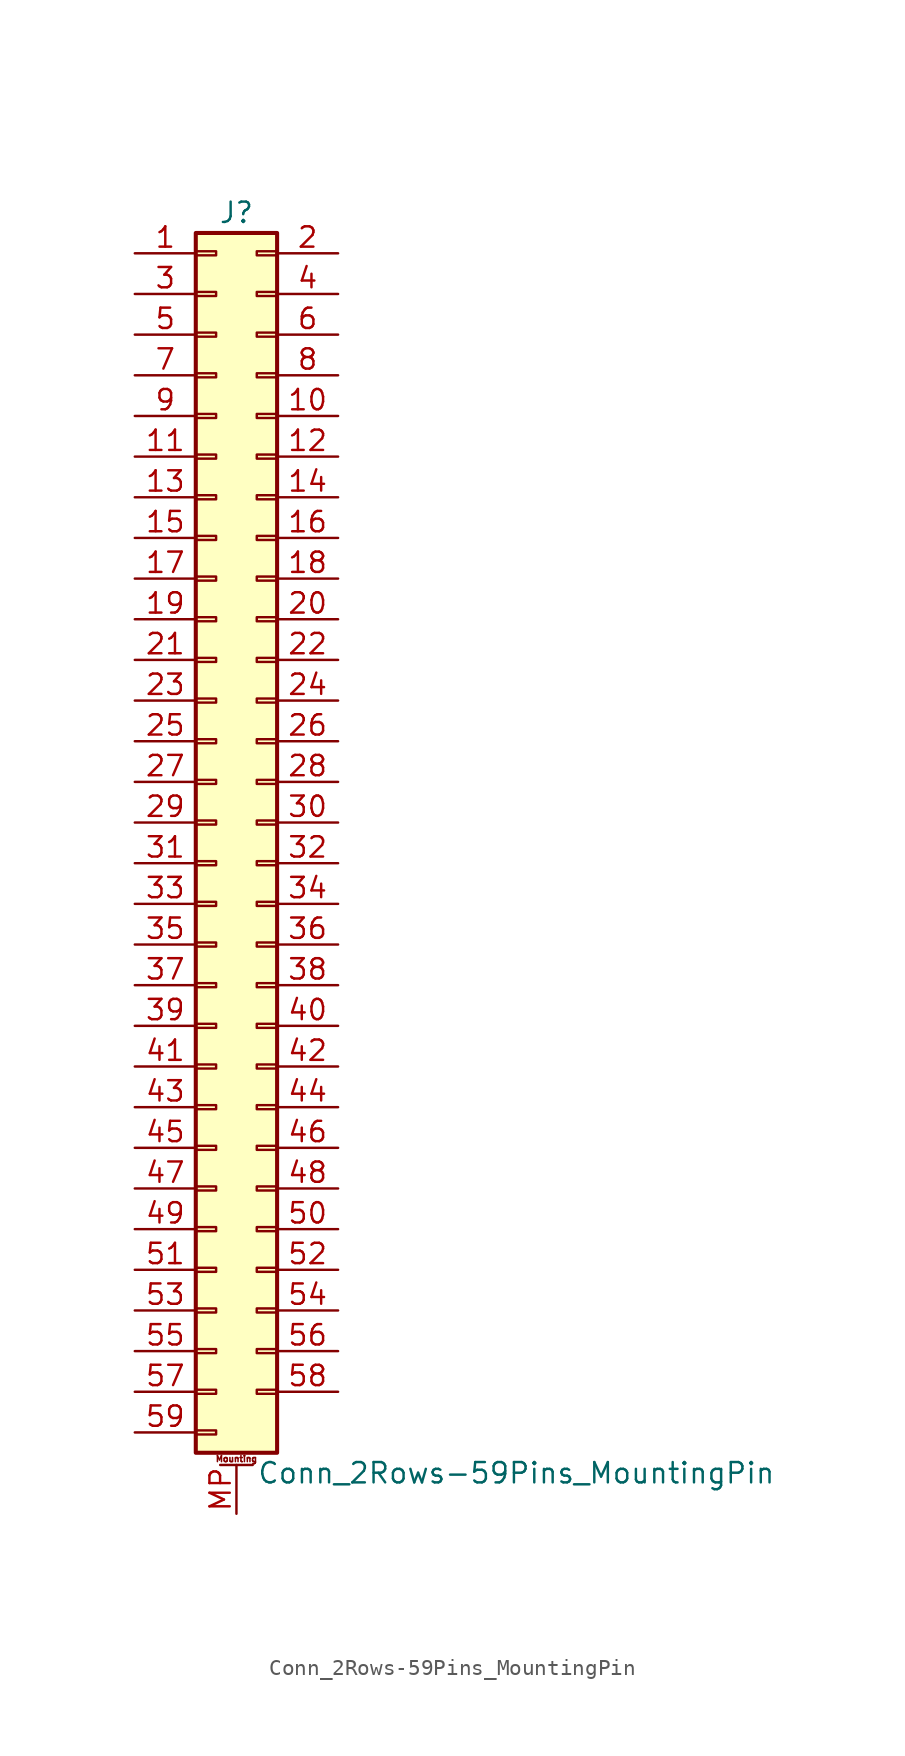
<source format=kicad_sym>
(kicad_symbol_lib
  (version 20201005)
  (generator kicad_symbol_editor)
  (symbol "Connector_Generic_MountingPin:Conn_2Rows-59Pins_MountingPin"
    (pin_names
      (offset 1.016) hide)
    (property "Reference" "J"
      (at 1.27 38.1 0)
      (effects (font (size 1.27 1.27))))
    (property "Value" "Conn_2Rows-59Pins_MountingPin"
      (at 2.54 -40.64 0)
      (effects (font (size 1.27 1.27)) (justify left)))
    (symbol "Conn_2Rows-59Pins_MountingPin_1_1"
      (text "Mounting" (at 1.27 -39.751 0) (effects (font (size 0.381 0.381))))
      (rectangle (start -1.27 -27.813) (end 0 -28.067) (stroke (width 0.152)) (fill (type none)))
      (rectangle (start -1.27 -30.353) (end 0 -30.607) (stroke (width 0.152)) (fill (type none)))
      (rectangle (start -1.27 -32.893) (end 0 -33.147) (stroke (width 0.152)) (fill (type none)))
      (rectangle (start -1.27 -35.433) (end 0 -35.687) (stroke (width 0.152)) (fill (type none)))
      (rectangle (start -1.27 -37.973) (end 0 -38.227) (stroke (width 0.152)) (fill (type none)))
      (rectangle (start -1.27 -4.953) (end 0 -5.207) (stroke (width 0.152)) (fill (type none)))
      (rectangle (start -1.27 -7.493) (end 0 -7.747) (stroke (width 0.152)) (fill (type none)))
      (rectangle (start -1.27 -10.033) (end 0 -10.287) (stroke (width 0.152)) (fill (type none)))
      (rectangle (start -1.27 -12.573) (end 0 -12.827) (stroke (width 0.152)) (fill (type none)))
      (rectangle (start -1.27 -15.113) (end 0 -15.367) (stroke (width 0.152)) (fill (type none)))
      (rectangle (start -1.27 -17.653) (end 0 -17.907) (stroke (width 0.152)) (fill (type none)))
      (rectangle (start -1.27 -20.193) (end 0 -20.447) (stroke (width 0.152)) (fill (type none)))
      (rectangle (start -1.27 -22.733) (end 0 -22.987) (stroke (width 0.152)) (fill (type none)))
      (rectangle (start -1.27 -2.413) (end 0 -2.667) (stroke (width 0.152)) (fill (type none)))
      (rectangle (start -1.27 -25.273) (end 0 -25.527) (stroke (width 0.152)) (fill (type none)))
      (rectangle (start -1.27 25.527) (end 0 25.273) (stroke (width 0.152)) (fill (type none)))
      (rectangle (start -1.27 2.667) (end 0 2.413) (stroke (width 0.152)) (fill (type none)))
      (rectangle (start -1.27 28.067) (end 0 27.813) (stroke (width 0.152)) (fill (type none)))
      (rectangle (start -1.27 30.607) (end 0 30.353) (stroke (width 0.152)) (fill (type none)))
      (rectangle (start -1.27 33.147) (end 0 32.893) (stroke (width 0.152)) (fill (type none)))
      (rectangle (start -1.27 35.687) (end 0 35.433) (stroke (width 0.152)) (fill (type none)))
      (rectangle (start -1.27 36.83) (end 3.81 -39.37) (stroke (width 0.254)) (fill (type background)))
      (rectangle (start -1.27 5.207) (end 0 4.953) (stroke (width 0.152)) (fill (type none)))
      (rectangle (start -1.27 7.747) (end 0 7.493) (stroke (width 0.152)) (fill (type none)))
      (rectangle (start -1.27 10.287) (end 0 10.033) (stroke (width 0.152)) (fill (type none)))
      (rectangle (start -1.27 0.127) (end 0 -0.127) (stroke (width 0.152)) (fill (type none)))
      (rectangle (start -1.27 12.827) (end 0 12.573) (stroke (width 0.152)) (fill (type none)))
      (rectangle (start -1.27 15.367) (end 0 15.113) (stroke (width 0.152)) (fill (type none)))
      (rectangle (start -1.27 17.907) (end 0 17.653) (stroke (width 0.152)) (fill (type none)))
      (rectangle (start -1.27 20.447) (end 0 20.193) (stroke (width 0.152)) (fill (type none)))
      (rectangle (start -1.27 22.987) (end 0 22.733) (stroke (width 0.152)) (fill (type none)))
      (rectangle (start 3.81 -27.813) (end 2.54 -28.067) (stroke (width 0.152)) (fill (type none)))
      (rectangle (start 3.81 -30.353) (end 2.54 -30.607) (stroke (width 0.152)) (fill (type none)))
      (rectangle (start 3.81 -32.893) (end 2.54 -33.147) (stroke (width 0.152)) (fill (type none)))
      (rectangle (start 3.81 -35.433) (end 2.54 -35.687) (stroke (width 0.152)) (fill (type none)))
      (rectangle (start 3.81 -4.953) (end 2.54 -5.207) (stroke (width 0.152)) (fill (type none)))
      (rectangle (start 3.81 -7.493) (end 2.54 -7.747) (stroke (width 0.152)) (fill (type none)))
      (rectangle (start 3.81 -10.033) (end 2.54 -10.287) (stroke (width 0.152)) (fill (type none)))
      (rectangle (start 3.81 -12.573) (end 2.54 -12.827) (stroke (width 0.152)) (fill (type none)))
      (rectangle (start 3.81 -15.113) (end 2.54 -15.367) (stroke (width 0.152)) (fill (type none)))
      (rectangle (start 3.81 -17.653) (end 2.54 -17.907) (stroke (width 0.152)) (fill (type none)))
      (rectangle (start 3.81 -20.193) (end 2.54 -20.447) (stroke (width 0.152)) (fill (type none)))
      (rectangle (start 3.81 -22.733) (end 2.54 -22.987) (stroke (width 0.152)) (fill (type none)))
      (rectangle (start 3.81 -2.413) (end 2.54 -2.667) (stroke (width 0.152)) (fill (type none)))
      (rectangle (start 3.81 -25.273) (end 2.54 -25.527) (stroke (width 0.152)) (fill (type none)))
      (rectangle (start 3.81 25.527) (end 2.54 25.273) (stroke (width 0.152)) (fill (type none)))
      (rectangle (start 3.81 2.667) (end 2.54 2.413) (stroke (width 0.152)) (fill (type none)))
      (rectangle (start 3.81 28.067) (end 2.54 27.813) (stroke (width 0.152)) (fill (type none)))
      (rectangle (start 3.81 30.607) (end 2.54 30.353) (stroke (width 0.152)) (fill (type none)))
      (rectangle (start 3.81 33.147) (end 2.54 32.893) (stroke (width 0.152)) (fill (type none)))
      (rectangle (start 3.81 35.687) (end 2.54 35.433) (stroke (width 0.152)) (fill (type none)))
      (rectangle (start 3.81 5.207) (end 2.54 4.953) (stroke (width 0.152)) (fill (type none)))
      (rectangle (start 3.81 7.747) (end 2.54 7.493) (stroke (width 0.152)) (fill (type none)))
      (rectangle (start 3.81 10.287) (end 2.54 10.033) (stroke (width 0.152)) (fill (type none)))
      (rectangle (start 3.81 0.127) (end 2.54 -0.127) (stroke (width 0.152)) (fill (type none)))
      (rectangle (start 3.81 12.827) (end 2.54 12.573) (stroke (width 0.152)) (fill (type none)))
      (rectangle (start 3.81 15.367) (end 2.54 15.113) (stroke (width 0.152)) (fill (type none)))
      (rectangle (start 3.81 17.907) (end 2.54 17.653) (stroke (width 0.152)) (fill (type none)))
      (rectangle (start 3.81 20.447) (end 2.54 20.193) (stroke (width 0.152)) (fill (type none)))
      (rectangle (start 3.81 22.987) (end 2.54 22.733) (stroke (width 0.152)) (fill (type none)))
      (polyline (pts (xy 0.254 -40.132) (xy 2.286 -40.132)) (stroke (width 0.152)) (fill (type none)))
      (pin passive line (at 1.27 -43.18 90) (length 3.048) (name "MountPin" (effects (font (size 1.27 1.27)))) (number "MP" (effects (font (size 1.27 1.27)))))
      (pin passive line (at -5.08 35.56 0) (length 3.81) (name "Pin_1" (effects (font (size 1.27 1.27)))) (number "1" (effects (font (size 1.27 1.27)))))
      (pin passive line (at 7.62 25.4 180) (length 3.81) (name "Pin_10" (effects (font (size 1.27 1.27)))) (number "10" (effects (font (size 1.27 1.27)))))
      (pin passive line (at -5.08 22.86 0) (length 3.81) (name "Pin_11" (effects (font (size 1.27 1.27)))) (number "11" (effects (font (size 1.27 1.27)))))
      (pin passive line (at 7.62 22.86 180) (length 3.81) (name "Pin_12" (effects (font (size 1.27 1.27)))) (number "12" (effects (font (size 1.27 1.27)))))
      (pin passive line (at -5.08 20.32 0) (length 3.81) (name "Pin_13" (effects (font (size 1.27 1.27)))) (number "13" (effects (font (size 1.27 1.27)))))
      (pin passive line (at 7.62 20.32 180) (length 3.81) (name "Pin_14" (effects (font (size 1.27 1.27)))) (number "14" (effects (font (size 1.27 1.27)))))
      (pin passive line (at -5.08 17.78 0) (length 3.81) (name "Pin_15" (effects (font (size 1.27 1.27)))) (number "15" (effects (font (size 1.27 1.27)))))
      (pin passive line (at 7.62 17.78 180) (length 3.81) (name "Pin_16" (effects (font (size 1.27 1.27)))) (number "16" (effects (font (size 1.27 1.27)))))
      (pin passive line (at -5.08 15.24 0) (length 3.81) (name "Pin_17" (effects (font (size 1.27 1.27)))) (number "17" (effects (font (size 1.27 1.27)))))
      (pin passive line (at 7.62 15.24 180) (length 3.81) (name "Pin_18" (effects (font (size 1.27 1.27)))) (number "18" (effects (font (size 1.27 1.27)))))
      (pin passive line (at -5.08 12.7 0) (length 3.81) (name "Pin_19" (effects (font (size 1.27 1.27)))) (number "19" (effects (font (size 1.27 1.27)))))
      (pin passive line (at 7.62 35.56 180) (length 3.81) (name "Pin_2" (effects (font (size 1.27 1.27)))) (number "2" (effects (font (size 1.27 1.27)))))
      (pin passive line (at 7.62 12.7 180) (length 3.81) (name "Pin_20" (effects (font (size 1.27 1.27)))) (number "20" (effects (font (size 1.27 1.27)))))
      (pin passive line (at -5.08 10.16 0) (length 3.81) (name "Pin_21" (effects (font (size 1.27 1.27)))) (number "21" (effects (font (size 1.27 1.27)))))
      (pin passive line (at 7.62 10.16 180) (length 3.81) (name "Pin_22" (effects (font (size 1.27 1.27)))) (number "22" (effects (font (size 1.27 1.27)))))
      (pin passive line (at -5.08 7.62 0) (length 3.81) (name "Pin_23" (effects (font (size 1.27 1.27)))) (number "23" (effects (font (size 1.27 1.27)))))
      (pin passive line (at 7.62 7.62 180) (length 3.81) (name "Pin_24" (effects (font (size 1.27 1.27)))) (number "24" (effects (font (size 1.27 1.27)))))
      (pin passive line (at -5.08 5.08 0) (length 3.81) (name "Pin_25" (effects (font (size 1.27 1.27)))) (number "25" (effects (font (size 1.27 1.27)))))
      (pin passive line (at 7.62 5.08 180) (length 3.81) (name "Pin_26" (effects (font (size 1.27 1.27)))) (number "26" (effects (font (size 1.27 1.27)))))
      (pin passive line (at -5.08 2.54 0) (length 3.81) (name "Pin_27" (effects (font (size 1.27 1.27)))) (number "27" (effects (font (size 1.27 1.27)))))
      (pin passive line (at 7.62 2.54 180) (length 3.81) (name "Pin_28" (effects (font (size 1.27 1.27)))) (number "28" (effects (font (size 1.27 1.27)))))
      (pin passive line (at -5.08 0 0) (length 3.81) (name "Pin_29" (effects (font (size 1.27 1.27)))) (number "29" (effects (font (size 1.27 1.27)))))
      (pin passive line (at -5.08 33.02 0) (length 3.81) (name "Pin_3" (effects (font (size 1.27 1.27)))) (number "3" (effects (font (size 1.27 1.27)))))
      (pin passive line (at 7.62 0 180) (length 3.81) (name "Pin_30" (effects (font (size 1.27 1.27)))) (number "30" (effects (font (size 1.27 1.27)))))
      (pin passive line (at -5.08 -2.54 0) (length 3.81) (name "Pin_31" (effects (font (size 1.27 1.27)))) (number "31" (effects (font (size 1.27 1.27)))))
      (pin passive line (at 7.62 -2.54 180) (length 3.81) (name "Pin_32" (effects (font (size 1.27 1.27)))) (number "32" (effects (font (size 1.27 1.27)))))
      (pin passive line (at -5.08 -5.08 0) (length 3.81) (name "Pin_33" (effects (font (size 1.27 1.27)))) (number "33" (effects (font (size 1.27 1.27)))))
      (pin passive line (at 7.62 -5.08 180) (length 3.81) (name "Pin_34" (effects (font (size 1.27 1.27)))) (number "34" (effects (font (size 1.27 1.27)))))
      (pin passive line (at -5.08 -7.62 0) (length 3.81) (name "Pin_35" (effects (font (size 1.27 1.27)))) (number "35" (effects (font (size 1.27 1.27)))))
      (pin passive line (at 7.62 -7.62 180) (length 3.81) (name "Pin_36" (effects (font (size 1.27 1.27)))) (number "36" (effects (font (size 1.27 1.27)))))
      (pin passive line (at -5.08 -10.16 0) (length 3.81) (name "Pin_37" (effects (font (size 1.27 1.27)))) (number "37" (effects (font (size 1.27 1.27)))))
      (pin passive line (at 7.62 -10.16 180) (length 3.81) (name "Pin_38" (effects (font (size 1.27 1.27)))) (number "38" (effects (font (size 1.27 1.27)))))
      (pin passive line (at -5.08 -12.7 0) (length 3.81) (name "Pin_39" (effects (font (size 1.27 1.27)))) (number "39" (effects (font (size 1.27 1.27)))))
      (pin passive line (at 7.62 33.02 180) (length 3.81) (name "Pin_4" (effects (font (size 1.27 1.27)))) (number "4" (effects (font (size 1.27 1.27)))))
      (pin passive line (at 7.62 -12.7 180) (length 3.81) (name "Pin_40" (effects (font (size 1.27 1.27)))) (number "40" (effects (font (size 1.27 1.27)))))
      (pin passive line (at -5.08 -15.24 0) (length 3.81) (name "Pin_41" (effects (font (size 1.27 1.27)))) (number "41" (effects (font (size 1.27 1.27)))))
      (pin passive line (at 7.62 -15.24 180) (length 3.81) (name "Pin_42" (effects (font (size 1.27 1.27)))) (number "42" (effects (font (size 1.27 1.27)))))
      (pin passive line (at -5.08 -17.78 0) (length 3.81) (name "Pin_43" (effects (font (size 1.27 1.27)))) (number "43" (effects (font (size 1.27 1.27)))))
      (pin passive line (at 7.62 -17.78 180) (length 3.81) (name "Pin_44" (effects (font (size 1.27 1.27)))) (number "44" (effects (font (size 1.27 1.27)))))
      (pin passive line (at -5.08 -20.32 0) (length 3.81) (name "Pin_45" (effects (font (size 1.27 1.27)))) (number "45" (effects (font (size 1.27 1.27)))))
      (pin passive line (at 7.62 -20.32 180) (length 3.81) (name "Pin_46" (effects (font (size 1.27 1.27)))) (number "46" (effects (font (size 1.27 1.27)))))
      (pin passive line (at -5.08 -22.86 0) (length 3.81) (name "Pin_47" (effects (font (size 1.27 1.27)))) (number "47" (effects (font (size 1.27 1.27)))))
      (pin passive line (at 7.62 -22.86 180) (length 3.81) (name "Pin_48" (effects (font (size 1.27 1.27)))) (number "48" (effects (font (size 1.27 1.27)))))
      (pin passive line (at -5.08 -25.4 0) (length 3.81) (name "Pin_49" (effects (font (size 1.27 1.27)))) (number "49" (effects (font (size 1.27 1.27)))))
      (pin passive line (at -5.08 30.48 0) (length 3.81) (name "Pin_5" (effects (font (size 1.27 1.27)))) (number "5" (effects (font (size 1.27 1.27)))))
      (pin passive line (at 7.62 -25.4 180) (length 3.81) (name "Pin_50" (effects (font (size 1.27 1.27)))) (number "50" (effects (font (size 1.27 1.27)))))
      (pin passive line (at -5.08 -27.94 0) (length 3.81) (name "Pin_51" (effects (font (size 1.27 1.27)))) (number "51" (effects (font (size 1.27 1.27)))))
      (pin passive line (at 7.62 -27.94 180) (length 3.81) (name "Pin_52" (effects (font (size 1.27 1.27)))) (number "52" (effects (font (size 1.27 1.27)))))
      (pin passive line (at -5.08 -30.48 0) (length 3.81) (name "Pin_53" (effects (font (size 1.27 1.27)))) (number "53" (effects (font (size 1.27 1.27)))))
      (pin passive line (at 7.62 -30.48 180) (length 3.81) (name "Pin_54" (effects (font (size 1.27 1.27)))) (number "54" (effects (font (size 1.27 1.27)))))
      (pin passive line (at -5.08 -33.02 0) (length 3.81) (name "Pin_55" (effects (font (size 1.27 1.27)))) (number "55" (effects (font (size 1.27 1.27)))))
      (pin passive line (at 7.62 -33.02 180) (length 3.81) (name "Pin_56" (effects (font (size 1.27 1.27)))) (number "56" (effects (font (size 1.27 1.27)))))
      (pin passive line (at -5.08 -35.56 0) (length 3.81) (name "Pin_57" (effects (font (size 1.27 1.27)))) (number "57" (effects (font (size 1.27 1.27)))))
      (pin passive line (at 7.62 -35.56 180) (length 3.81) (name "Pin_58" (effects (font (size 1.27 1.27)))) (number "58" (effects (font (size 1.27 1.27)))))
      (pin passive line (at -5.08 -38.1 0) (length 3.81) (name "Pin_59" (effects (font (size 1.27 1.27)))) (number "59" (effects (font (size 1.27 1.27)))))
      (pin passive line (at 7.62 30.48 180) (length 3.81) (name "Pin_6" (effects (font (size 1.27 1.27)))) (number "6" (effects (font (size 1.27 1.27)))))
      (pin passive line (at -5.08 27.94 0) (length 3.81) (name "Pin_7" (effects (font (size 1.27 1.27)))) (number "7" (effects (font (size 1.27 1.27)))))
      (pin passive line (at 7.62 27.94 180) (length 3.81) (name "Pin_8" (effects (font (size 1.27 1.27)))) (number "8" (effects (font (size 1.27 1.27)))))
      (pin passive line (at -5.08 25.4 0) (length 3.81) (name "Pin_9" (effects (font (size 1.27 1.27)))) (number "9" (effects (font (size 1.27 1.27))))))))
</source>
